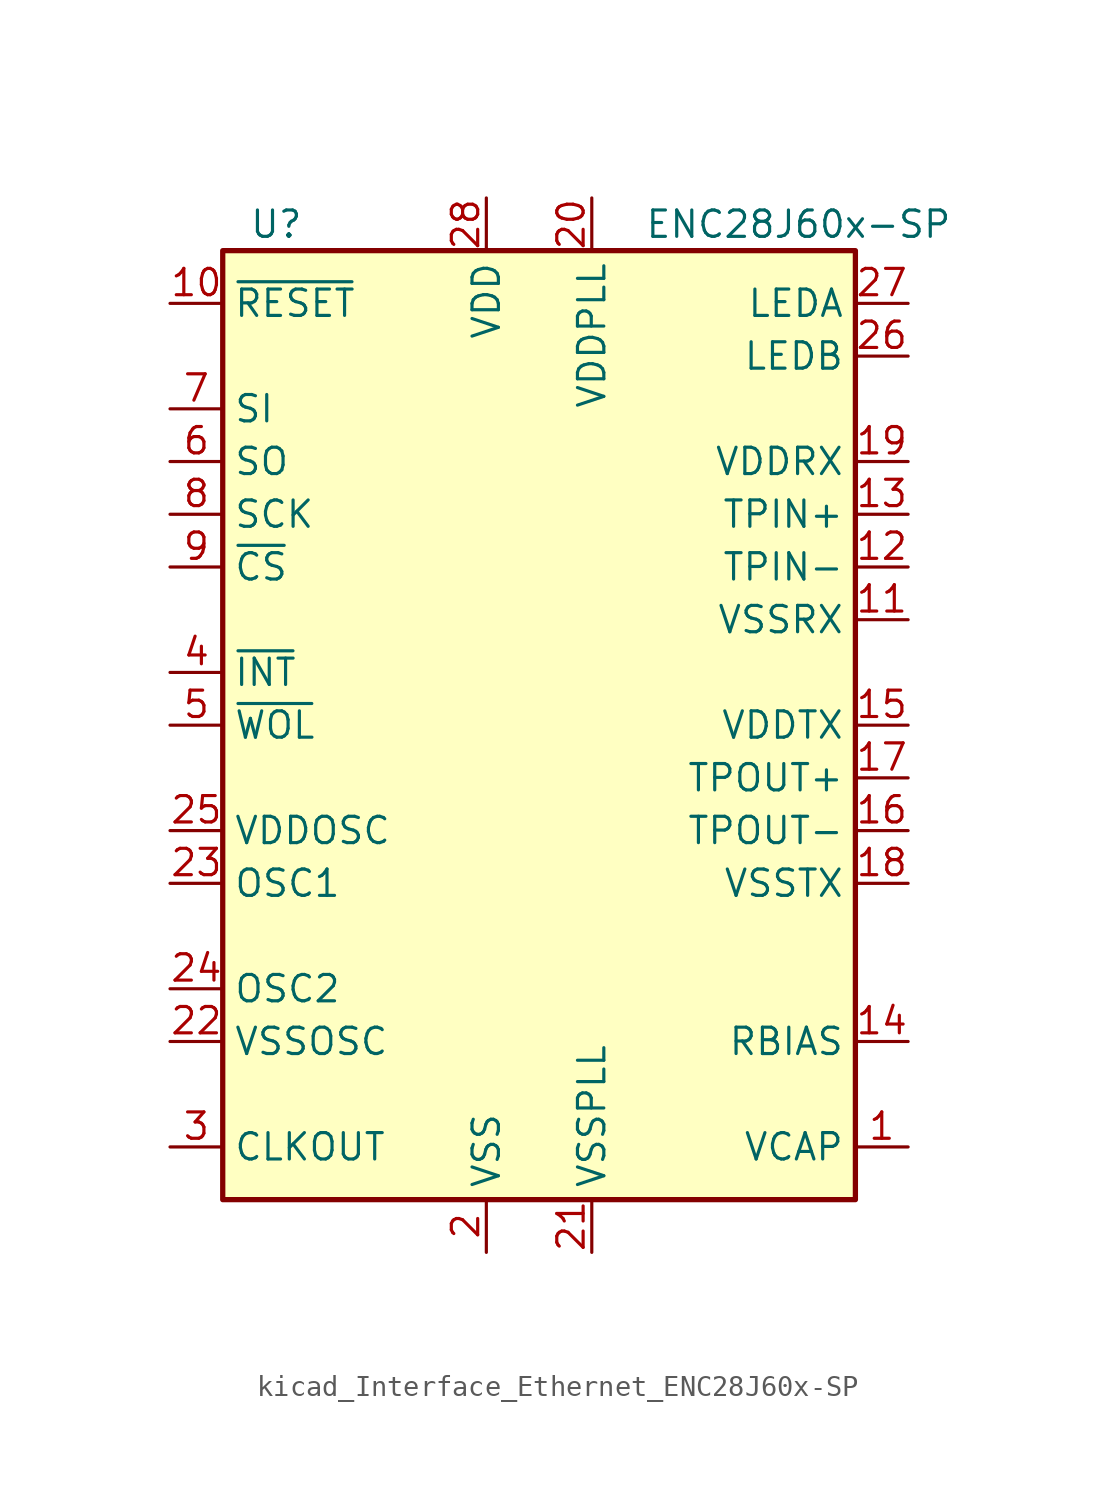
<source format=kicad_sym>
(kicad_symbol_lib
  (version 20220914)
  (generator kicad_symbol_editor)
  (symbol "kicad_Interface_Ethernet_ENC28J60x-SP"
    (property "Reference" "U"
      (at -13.97 24.13 0)
      (effects (font (size 1.27 1.27)) (justify left)))
    (property "Value" "ENC28J60x-SP"
      (at 5.08 24.13 0)
      (effects (font (size 1.27 1.27)) (justify left)))
    (symbol "kicad_Interface_Ethernet_ENC28J60x-SP_0_1"
      (rectangle (start -15.24 22.86) (end 15.24 -22.86) (stroke (width 0.254) (type default)) (fill (type background))))
    (symbol "kicad_Interface_Ethernet_ENC28J60x-SP_1_1"
      (pin input line (at 17.78 -20.32 180) (length 2.54) (name "VCAP" (effects (font (size 1.27 1.27)))) (number "1" (effects (font (size 1.27 1.27)))))
      (pin input line (at -17.78 20.32 0) (length 2.54) (name "~{RESET}" (effects (font (size 1.27 1.27)))) (number "10" (effects (font (size 1.27 1.27)))))
      (pin power_in line (at 17.78 5.08 180) (length 2.54) (name "VSSRX" (effects (font (size 1.27 1.27)))) (number "11" (effects (font (size 1.27 1.27)))))
      (pin input line (at 17.78 7.62 180) (length 2.54) (name "TPIN-" (effects (font (size 1.27 1.27)))) (number "12" (effects (font (size 1.27 1.27)))))
      (pin input line (at 17.78 10.16 180) (length 2.54) (name "TPIN+" (effects (font (size 1.27 1.27)))) (number "13" (effects (font (size 1.27 1.27)))))
      (pin input line (at 17.78 -15.24 180) (length 2.54) (name "RBIAS" (effects (font (size 1.27 1.27)))) (number "14" (effects (font (size 1.27 1.27)))))
      (pin power_in line (at 17.78 0 180) (length 2.54) (name "VDDTX" (effects (font (size 1.27 1.27)))) (number "15" (effects (font (size 1.27 1.27)))))
      (pin output line (at 17.78 -5.08 180) (length 2.54) (name "TPOUT-" (effects (font (size 1.27 1.27)))) (number "16" (effects (font (size 1.27 1.27)))))
      (pin output line (at 17.78 -2.54 180) (length 2.54) (name "TPOUT+" (effects (font (size 1.27 1.27)))) (number "17" (effects (font (size 1.27 1.27)))))
      (pin power_in line (at 17.78 -7.62 180) (length 2.54) (name "VSSTX" (effects (font (size 1.27 1.27)))) (number "18" (effects (font (size 1.27 1.27)))))
      (pin power_in line (at 17.78 12.7 180) (length 2.54) (name "VDDRX" (effects (font (size 1.27 1.27)))) (number "19" (effects (font (size 1.27 1.27)))))
      (pin power_in line (at -2.54 -25.4 90) (length 2.54) (name "VSS" (effects (font (size 1.27 1.27)))) (number "2" (effects (font (size 1.27 1.27)))))
      (pin power_in line (at 2.54 25.4 270) (length 2.54) (name "VDDPLL" (effects (font (size 1.27 1.27)))) (number "20" (effects (font (size 1.27 1.27)))))
      (pin power_in line (at 2.54 -25.4 90) (length 2.54) (name "VSSPLL" (effects (font (size 1.27 1.27)))) (number "21" (effects (font (size 1.27 1.27)))))
      (pin power_in line (at -17.78 -15.24 0) (length 2.54) (name "VSSOSC" (effects (font (size 1.27 1.27)))) (number "22" (effects (font (size 1.27 1.27)))))
      (pin input line (at -17.78 -7.62 0) (length 2.54) (name "OSC1" (effects (font (size 1.27 1.27)))) (number "23" (effects (font (size 1.27 1.27)))))
      (pin input line (at -17.78 -12.7 0) (length 2.54) (name "OSC2" (effects (font (size 1.27 1.27)))) (number "24" (effects (font (size 1.27 1.27)))))
      (pin power_in line (at -17.78 -5.08 0) (length 2.54) (name "VDDOSC" (effects (font (size 1.27 1.27)))) (number "25" (effects (font (size 1.27 1.27)))))
      (pin output line (at 17.78 17.78 180) (length 2.54) (name "LEDB" (effects (font (size 1.27 1.27)))) (number "26" (effects (font (size 1.27 1.27)))))
      (pin output line (at 17.78 20.32 180) (length 2.54) (name "LEDA" (effects (font (size 1.27 1.27)))) (number "27" (effects (font (size 1.27 1.27)))))
      (pin power_in line (at -2.54 25.4 270) (length 2.54) (name "VDD" (effects (font (size 1.27 1.27)))) (number "28" (effects (font (size 1.27 1.27)))))
      (pin output line (at -17.78 -20.32 0) (length 2.54) (name "CLKOUT" (effects (font (size 1.27 1.27)))) (number "3" (effects (font (size 1.27 1.27)))))
      (pin output line (at -17.78 2.54 0) (length 2.54) (name "~{INT}" (effects (font (size 1.27 1.27)))) (number "4" (effects (font (size 1.27 1.27)))))
      (pin output line (at -17.78 0 0) (length 2.54) (name "~{WOL}" (effects (font (size 1.27 1.27)))) (number "5" (effects (font (size 1.27 1.27)))))
      (pin output line (at -17.78 12.7 0) (length 2.54) (name "SO" (effects (font (size 1.27 1.27)))) (number "6" (effects (font (size 1.27 1.27)))))
      (pin input line (at -17.78 15.24 0) (length 2.54) (name "SI" (effects (font (size 1.27 1.27)))) (number "7" (effects (font (size 1.27 1.27)))))
      (pin input line (at -17.78 10.16 0) (length 2.54) (name "SCK" (effects (font (size 1.27 1.27)))) (number "8" (effects (font (size 1.27 1.27)))))
      (pin input line (at -17.78 7.62 0) (length 2.54) (name "~{CS}" (effects (font (size 1.27 1.27)))) (number "9" (effects (font (size 1.27 1.27))))))))
</source>
